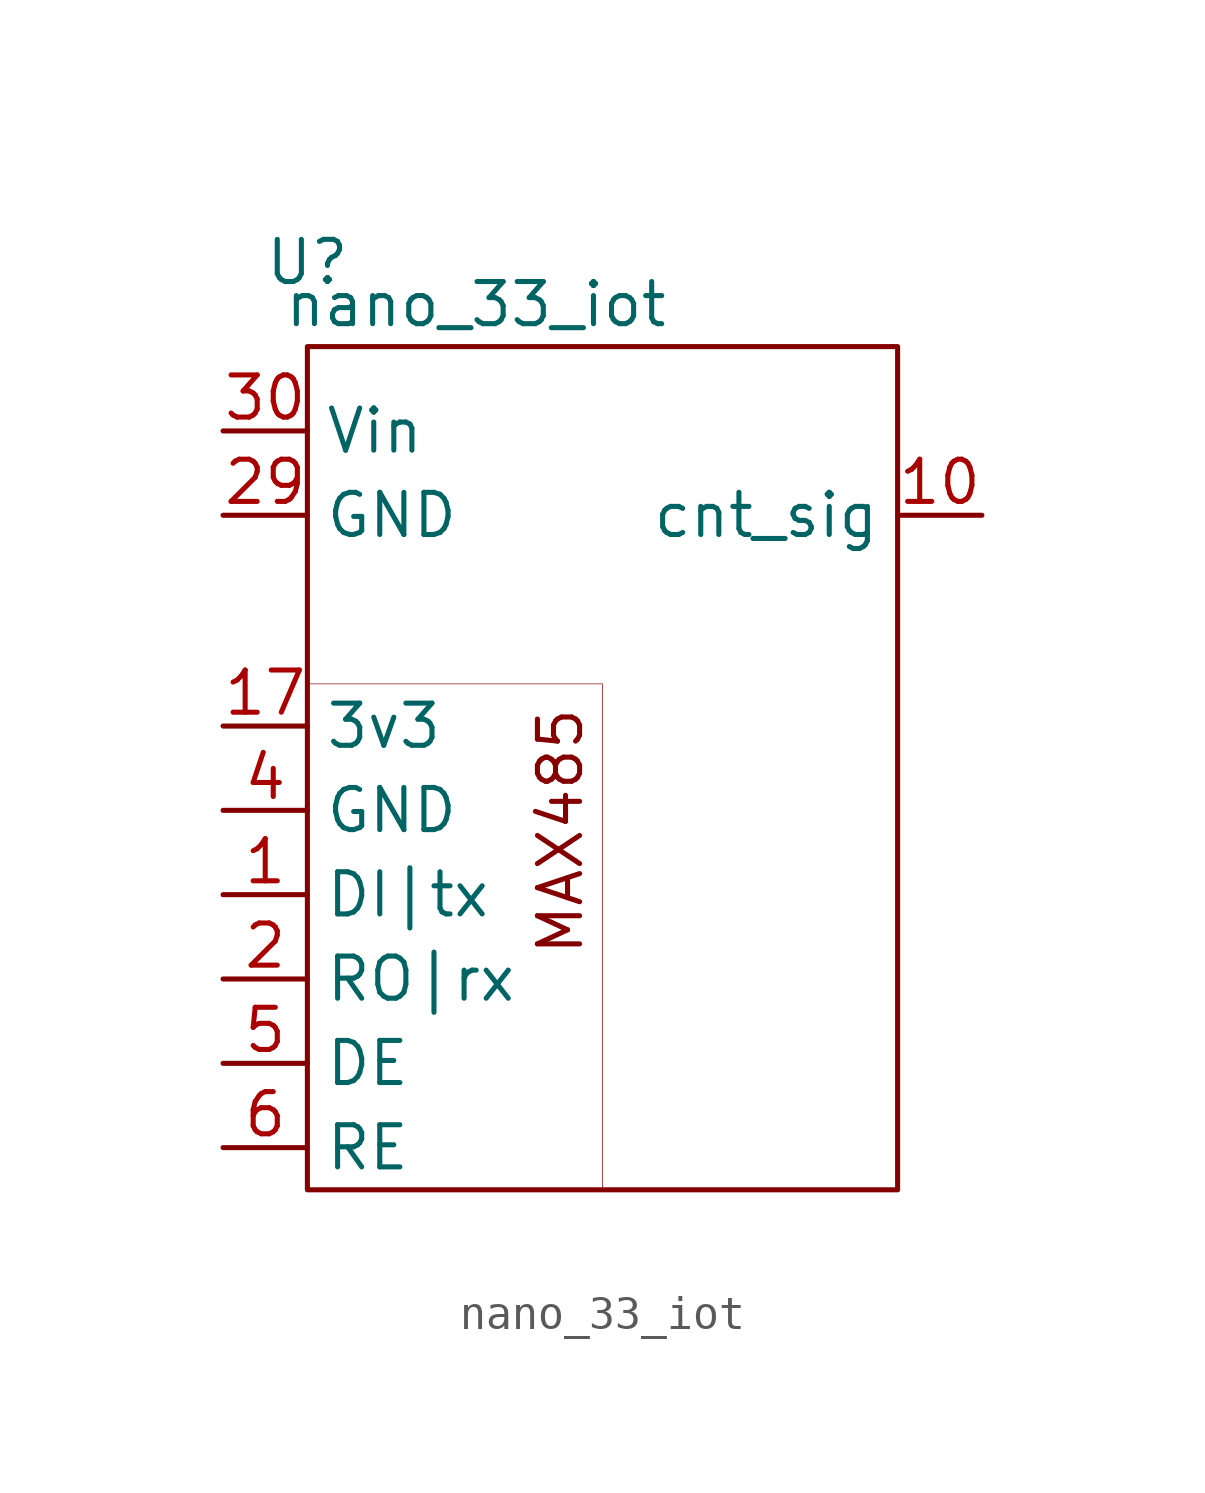
<source format=kicad_sym>
(kicad_symbol_lib
  (version 20241209)
  (generator "kicad_symbol_editor")
  (generator_version "9.0")
  (symbol "nano_33_iot"
    (property "Reference" "U"
      (at -8.89 16.51 0)
      (effects (font (size 1.27 1.27))))
    (property "Value" "nano_33_iot"
      (at -3.81 15.24 0)
      (effects (font (size 1.27 1.27))))
    (symbol "nano_33_iot_0_0"
      (text "MAX485" (at -1.27 -0.635 900) (effects (font (size 1.27 1.27)))))
    (symbol "nano_33_iot_0_1"
      (rectangle (start -8.89 13.97) (end 8.89 -11.43) (stroke (width 0) (type default)) (fill (type none)))
      (rectangle (start -8.89 3.81) (end 0 -11.43) (stroke (width 0.01) (type default)) (fill (type none))))
    (symbol "nano_33_iot_1_1"
      (pin input line (at -11.43 11.43 0) (length 2.54) (name "Vin" (effects (font (size 1.27 1.27)))) (number "30" (effects (font (size 1.27 1.27)))))
      (pin input line (at -11.43 8.89 0) (length 2.54) (name "GND" (effects (font (size 1.27 1.27)))) (number "29" (effects (font (size 1.27 1.27)))))
      (pin input line (at -11.43 2.54 0) (length 2.54) (name "3v3" (effects (font (size 1.27 1.27)))) (number "17" (effects (font (size 1.27 1.27)))))
      (pin input line (at -11.43 0 0) (length 2.54) (name "GND" (effects (font (size 1.27 1.27)))) (number "4" (effects (font (size 1.27 1.27)))))
      (pin input line (at -11.43 -2.54 0) (length 2.54) (name "DI|tx" (effects (font (size 1.27 1.27)))) (number "1" (effects (font (size 1.27 1.27)))))
      (pin input line (at -11.43 -5.08 0) (length 2.54) (name "RO|rx" (effects (font (size 1.27 1.27)))) (number "2" (effects (font (size 1.27 1.27)))))
      (pin output line (at -11.43 -7.62 0) (length 2.54) (name "DE" (effects (font (size 1.27 1.27)))) (number "5" (effects (font (size 1.27 1.27)))))
      (pin output line (at -11.43 -10.16 0) (length 2.54) (name "RE" (effects (font (size 1.27 1.27)))) (number "6" (effects (font (size 1.27 1.27)))))
      (pin input line (at 11.43 8.89 180) (length 2.54) (name "cnt_sig" (effects (font (size 1.27 1.27)))) (number "10" (effects (font (size 1.27 1.27))))))))
</source>
